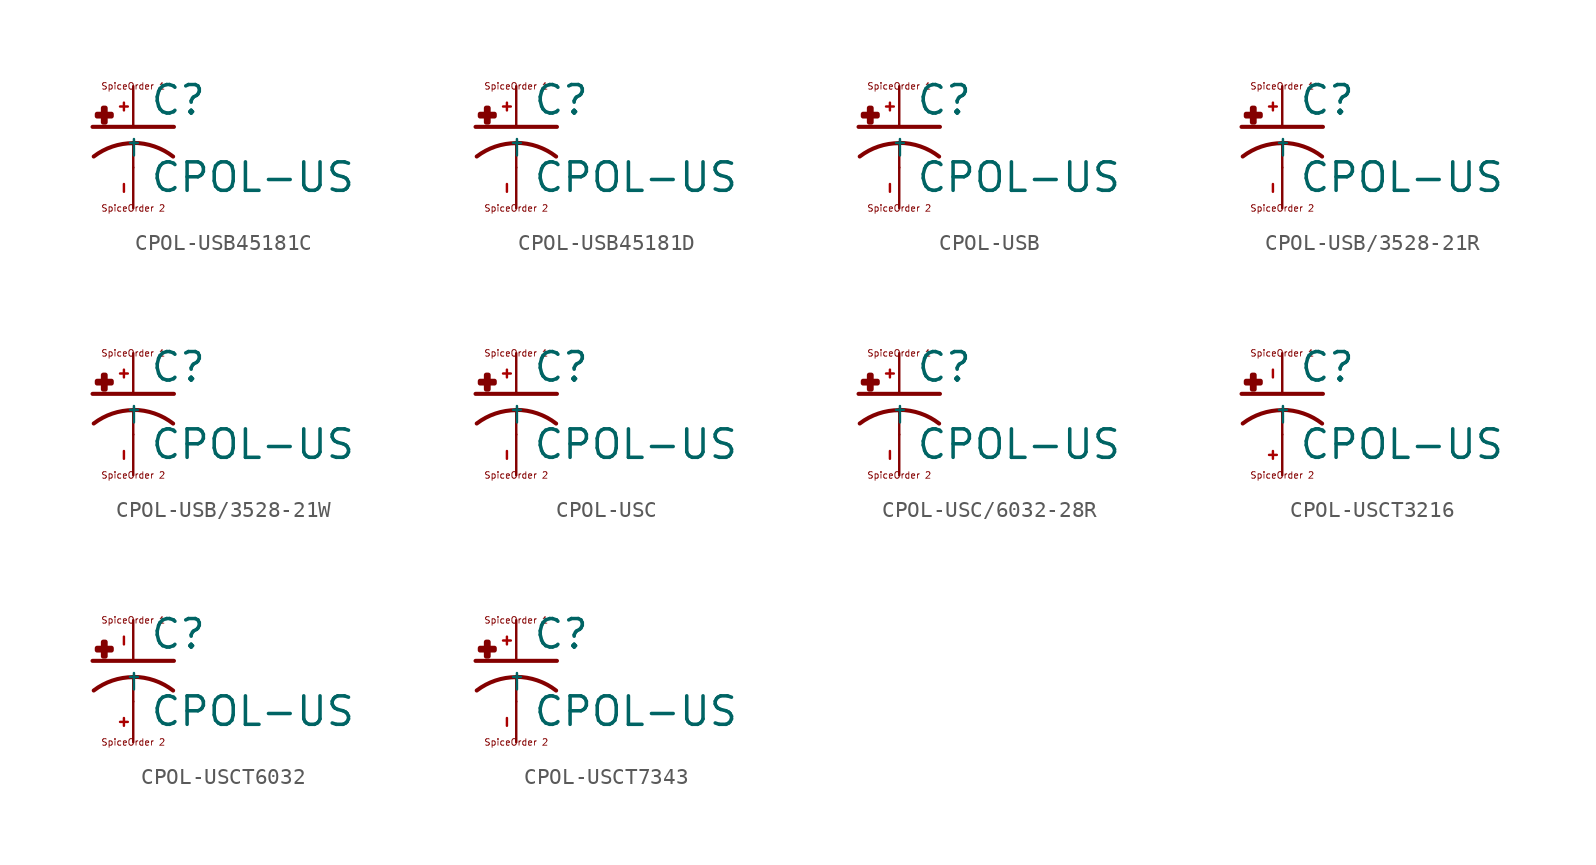
<source format=kicad_sym>
(kicad_symbol_lib
  (version 20220914)
  (generator Eagle2Kicad)
  (symbol "CPOL-USB45181C"
    (property "Reference" "C"
      (at 1.016 0.635 0)
      (effects (font (size 1.778 1.778) (thickness 0.22)) (justify left bottom)))
    (property "Value" "CPOL-US"
      (at 1.016 -4.191 0)
      (effects (font (size 1.778 1.778) (thickness 0.22)) (justify left bottom)))
    (polyline
      (pts (xy -2.54 0) (xy 2.54 0))
      (stroke (width 0.254) (type default))
      (fill (type none)))
    (polyline
      (pts (xy 0 -1.016) (xy 0 -2.54))
      (stroke (width 0.152) (type default))
      (fill (type none)))
    (arc
      (start 2.4892 -1.8542)
      (mid 1.316 -1.220)
      (end 0 -1)
      (stroke (width 0.254) (type default))
      (fill (type none)))
    (arc
      (start 0 -1.0161)
      (mid -1.302 -1.230)
      (end -2.4669 -1.8504)
      (stroke (width 0.254) (type default))
      (fill (type none)))
    (text "SpiceOrder 1"
      (at 0 2.54 0)
      (effects (font (size 0.406 0.406) (thickness 0.05))))
    (text "SpiceOrder 2"
      (at 0 -5.08 0)
      (effects (font (size 0.406 0.406) (thickness 0.05))))
    (rectangle
      (start -2.253 0.668)
      (end -1.364 0.795)
      (stroke (width 0.3) (type default))
      (fill (type outline)))
    (rectangle
      (start -1.872 0.287)
      (end -1.745 1.176)
      (stroke (width 0.3) (type default))
      (fill (type outline)))
    (pin passive line
      (at 0 2.54 270)
      (length 2.54)
      (name "+" (effects (font (size 0.635 0.635) (thickness 0.08)) (justify left bottom)))
      (number "+" (effects (font (size 0.635 0.635) (thickness 0.08)) (justify left bottom))))
    (pin passive line
      (at 0 -5.08 90)
      (length 2.54)
      (name "-" (effects (font (size 0.635 0.635) (thickness 0.08)) (justify left bottom)))
      (number "-" (effects (font (size 0.635 0.635) (thickness 0.08)) (justify left bottom)))))
  (symbol "CPOL-USB45181D"
    (property "Reference" "C"
      (at 1.016 0.635 0)
      (effects (font (size 1.778 1.778) (thickness 0.22)) (justify left bottom)))
    (property "Value" "CPOL-US"
      (at 1.016 -4.191 0)
      (effects (font (size 1.778 1.778) (thickness 0.22)) (justify left bottom)))
    (polyline
      (pts (xy -2.54 0) (xy 2.54 0))
      (stroke (width 0.254) (type default))
      (fill (type none)))
    (polyline
      (pts (xy 0 -1.016) (xy 0 -2.54))
      (stroke (width 0.152) (type default))
      (fill (type none)))
    (arc
      (start 2.4892 -1.8542)
      (mid 1.316 -1.220)
      (end 0 -1)
      (stroke (width 0.254) (type default))
      (fill (type none)))
    (arc
      (start 0 -1.0161)
      (mid -1.302 -1.230)
      (end -2.4669 -1.8504)
      (stroke (width 0.254) (type default))
      (fill (type none)))
    (text "SpiceOrder 1"
      (at 0 2.54 0)
      (effects (font (size 0.406 0.406) (thickness 0.05))))
    (text "SpiceOrder 2"
      (at 0 -5.08 0)
      (effects (font (size 0.406 0.406) (thickness 0.05))))
    (rectangle
      (start -2.253 0.668)
      (end -1.364 0.795)
      (stroke (width 0.3) (type default))
      (fill (type outline)))
    (rectangle
      (start -1.872 0.287)
      (end -1.745 1.176)
      (stroke (width 0.3) (type default))
      (fill (type outline)))
    (pin passive line
      (at 0 2.54 270)
      (length 2.54)
      (name "+" (effects (font (size 0.635 0.635) (thickness 0.08)) (justify left bottom)))
      (number "+" (effects (font (size 0.635 0.635) (thickness 0.08)) (justify left bottom))))
    (pin passive line
      (at 0 -5.08 90)
      (length 2.54)
      (name "-" (effects (font (size 0.635 0.635) (thickness 0.08)) (justify left bottom)))
      (number "-" (effects (font (size 0.635 0.635) (thickness 0.08)) (justify left bottom)))))
  (symbol "CPOL-USB"
    (property "Reference" "C"
      (at 1.016 0.635 0)
      (effects (font (size 1.778 1.778) (thickness 0.22)) (justify left bottom)))
    (property "Value" "CPOL-US"
      (at 1.016 -4.191 0)
      (effects (font (size 1.778 1.778) (thickness 0.22)) (justify left bottom)))
    (polyline
      (pts (xy -2.54 0) (xy 2.54 0))
      (stroke (width 0.254) (type default))
      (fill (type none)))
    (polyline
      (pts (xy 0 -1.016) (xy 0 -2.54))
      (stroke (width 0.152) (type default))
      (fill (type none)))
    (arc
      (start 2.4892 -1.8542)
      (mid 1.316 -1.220)
      (end 0 -1)
      (stroke (width 0.254) (type default))
      (fill (type none)))
    (arc
      (start 0 -1.0161)
      (mid -1.302 -1.230)
      (end -2.4669 -1.8504)
      (stroke (width 0.254) (type default))
      (fill (type none)))
    (text "SpiceOrder 1"
      (at 0 2.54 0)
      (effects (font (size 0.406 0.406) (thickness 0.05))))
    (text "SpiceOrder 2"
      (at 0 -5.08 0)
      (effects (font (size 0.406 0.406) (thickness 0.05))))
    (rectangle
      (start -2.253 0.668)
      (end -1.364 0.795)
      (stroke (width 0.3) (type default))
      (fill (type outline)))
    (rectangle
      (start -1.872 0.287)
      (end -1.745 1.176)
      (stroke (width 0.3) (type default))
      (fill (type outline)))
    (pin passive line
      (at 0 2.54 270)
      (length 2.54)
      (name "+" (effects (font (size 0.635 0.635) (thickness 0.08)) (justify left bottom)))
      (number "+" (effects (font (size 0.635 0.635) (thickness 0.08)) (justify left bottom))))
    (pin passive line
      (at 0 -5.08 90)
      (length 2.54)
      (name "-" (effects (font (size 0.635 0.635) (thickness 0.08)) (justify left bottom)))
      (number "-" (effects (font (size 0.635 0.635) (thickness 0.08)) (justify left bottom)))))
  (symbol "CPOL-USB/3528-21R"
    (property "Reference" "C"
      (at 1.016 0.635 0)
      (effects (font (size 1.778 1.778) (thickness 0.22)) (justify left bottom)))
    (property "Value" "CPOL-US"
      (at 1.016 -4.191 0)
      (effects (font (size 1.778 1.778) (thickness 0.22)) (justify left bottom)))
    (polyline
      (pts (xy -2.54 0) (xy 2.54 0))
      (stroke (width 0.254) (type default))
      (fill (type none)))
    (polyline
      (pts (xy 0 -1.016) (xy 0 -2.54))
      (stroke (width 0.152) (type default))
      (fill (type none)))
    (arc
      (start 2.4892 -1.8542)
      (mid 1.316 -1.220)
      (end 0 -1)
      (stroke (width 0.254) (type default))
      (fill (type none)))
    (arc
      (start 0 -1.0161)
      (mid -1.302 -1.230)
      (end -2.4669 -1.8504)
      (stroke (width 0.254) (type default))
      (fill (type none)))
    (text "SpiceOrder 1"
      (at 0 2.54 0)
      (effects (font (size 0.406 0.406) (thickness 0.05))))
    (text "SpiceOrder 2"
      (at 0 -5.08 0)
      (effects (font (size 0.406 0.406) (thickness 0.05))))
    (rectangle
      (start -2.253 0.668)
      (end -1.364 0.795)
      (stroke (width 0.3) (type default))
      (fill (type outline)))
    (rectangle
      (start -1.872 0.287)
      (end -1.745 1.176)
      (stroke (width 0.3) (type default))
      (fill (type outline)))
    (pin passive line
      (at 0 2.54 270)
      (length 2.54)
      (name "+" (effects (font (size 0.635 0.635) (thickness 0.08)) (justify left bottom)))
      (number "+" (effects (font (size 0.635 0.635) (thickness 0.08)) (justify left bottom))))
    (pin passive line
      (at 0 -5.08 90)
      (length 2.54)
      (name "-" (effects (font (size 0.635 0.635) (thickness 0.08)) (justify left bottom)))
      (number "-" (effects (font (size 0.635 0.635) (thickness 0.08)) (justify left bottom)))))
  (symbol "CPOL-USB/3528-21W"
    (property "Reference" "C"
      (at 1.016 0.635 0)
      (effects (font (size 1.778 1.778) (thickness 0.22)) (justify left bottom)))
    (property "Value" "CPOL-US"
      (at 1.016 -4.191 0)
      (effects (font (size 1.778 1.778) (thickness 0.22)) (justify left bottom)))
    (polyline
      (pts (xy -2.54 0) (xy 2.54 0))
      (stroke (width 0.254) (type default))
      (fill (type none)))
    (polyline
      (pts (xy 0 -1.016) (xy 0 -2.54))
      (stroke (width 0.152) (type default))
      (fill (type none)))
    (arc
      (start 2.4892 -1.8542)
      (mid 1.316 -1.220)
      (end 0 -1)
      (stroke (width 0.254) (type default))
      (fill (type none)))
    (arc
      (start 0 -1.0161)
      (mid -1.302 -1.230)
      (end -2.4669 -1.8504)
      (stroke (width 0.254) (type default))
      (fill (type none)))
    (text "SpiceOrder 1"
      (at 0 2.54 0)
      (effects (font (size 0.406 0.406) (thickness 0.05))))
    (text "SpiceOrder 2"
      (at 0 -5.08 0)
      (effects (font (size 0.406 0.406) (thickness 0.05))))
    (rectangle
      (start -2.253 0.668)
      (end -1.364 0.795)
      (stroke (width 0.3) (type default))
      (fill (type outline)))
    (rectangle
      (start -1.872 0.287)
      (end -1.745 1.176)
      (stroke (width 0.3) (type default))
      (fill (type outline)))
    (pin passive line
      (at 0 2.54 270)
      (length 2.54)
      (name "+" (effects (font (size 0.635 0.635) (thickness 0.08)) (justify left bottom)))
      (number "+" (effects (font (size 0.635 0.635) (thickness 0.08)) (justify left bottom))))
    (pin passive line
      (at 0 -5.08 90)
      (length 2.54)
      (name "-" (effects (font (size 0.635 0.635) (thickness 0.08)) (justify left bottom)))
      (number "-" (effects (font (size 0.635 0.635) (thickness 0.08)) (justify left bottom)))))
  (symbol "CPOL-USC"
    (property "Reference" "C"
      (at 1.016 0.635 0)
      (effects (font (size 1.778 1.778) (thickness 0.22)) (justify left bottom)))
    (property "Value" "CPOL-US"
      (at 1.016 -4.191 0)
      (effects (font (size 1.778 1.778) (thickness 0.22)) (justify left bottom)))
    (polyline
      (pts (xy -2.54 0) (xy 2.54 0))
      (stroke (width 0.254) (type default))
      (fill (type none)))
    (polyline
      (pts (xy 0 -1.016) (xy 0 -2.54))
      (stroke (width 0.152) (type default))
      (fill (type none)))
    (arc
      (start 2.4892 -1.8542)
      (mid 1.316 -1.220)
      (end 0 -1)
      (stroke (width 0.254) (type default))
      (fill (type none)))
    (arc
      (start 0 -1.0161)
      (mid -1.302 -1.230)
      (end -2.4669 -1.8504)
      (stroke (width 0.254) (type default))
      (fill (type none)))
    (text "SpiceOrder 1"
      (at 0 2.54 0)
      (effects (font (size 0.406 0.406) (thickness 0.05))))
    (text "SpiceOrder 2"
      (at 0 -5.08 0)
      (effects (font (size 0.406 0.406) (thickness 0.05))))
    (rectangle
      (start -2.253 0.668)
      (end -1.364 0.795)
      (stroke (width 0.3) (type default))
      (fill (type outline)))
    (rectangle
      (start -1.872 0.287)
      (end -1.745 1.176)
      (stroke (width 0.3) (type default))
      (fill (type outline)))
    (pin passive line
      (at 0 2.54 270)
      (length 2.54)
      (name "+" (effects (font (size 0.635 0.635) (thickness 0.08)) (justify left bottom)))
      (number "+" (effects (font (size 0.635 0.635) (thickness 0.08)) (justify left bottom))))
    (pin passive line
      (at 0 -5.08 90)
      (length 2.54)
      (name "-" (effects (font (size 0.635 0.635) (thickness 0.08)) (justify left bottom)))
      (number "-" (effects (font (size 0.635 0.635) (thickness 0.08)) (justify left bottom)))))
  (symbol "CPOL-USC/6032-28R"
    (property "Reference" "C"
      (at 1.016 0.635 0)
      (effects (font (size 1.778 1.778) (thickness 0.22)) (justify left bottom)))
    (property "Value" "CPOL-US"
      (at 1.016 -4.191 0)
      (effects (font (size 1.778 1.778) (thickness 0.22)) (justify left bottom)))
    (polyline
      (pts (xy -2.54 0) (xy 2.54 0))
      (stroke (width 0.254) (type default))
      (fill (type none)))
    (polyline
      (pts (xy 0 -1.016) (xy 0 -2.54))
      (stroke (width 0.152) (type default))
      (fill (type none)))
    (arc
      (start 2.4892 -1.8542)
      (mid 1.316 -1.220)
      (end 0 -1)
      (stroke (width 0.254) (type default))
      (fill (type none)))
    (arc
      (start 0 -1.0161)
      (mid -1.302 -1.230)
      (end -2.4669 -1.8504)
      (stroke (width 0.254) (type default))
      (fill (type none)))
    (text "SpiceOrder 1"
      (at 0 2.54 0)
      (effects (font (size 0.406 0.406) (thickness 0.05))))
    (text "SpiceOrder 2"
      (at 0 -5.08 0)
      (effects (font (size 0.406 0.406) (thickness 0.05))))
    (rectangle
      (start -2.253 0.668)
      (end -1.364 0.795)
      (stroke (width 0.3) (type default))
      (fill (type outline)))
    (rectangle
      (start -1.872 0.287)
      (end -1.745 1.176)
      (stroke (width 0.3) (type default))
      (fill (type outline)))
    (pin passive line
      (at 0 2.54 270)
      (length 2.54)
      (name "+" (effects (font (size 0.635 0.635) (thickness 0.08)) (justify left bottom)))
      (number "+" (effects (font (size 0.635 0.635) (thickness 0.08)) (justify left bottom))))
    (pin passive line
      (at 0 -5.08 90)
      (length 2.54)
      (name "-" (effects (font (size 0.635 0.635) (thickness 0.08)) (justify left bottom)))
      (number "-" (effects (font (size 0.635 0.635) (thickness 0.08)) (justify left bottom)))))
  (symbol "CPOL-USCT3216"
    (property "Reference" "C"
      (at 1.016 0.635 0)
      (effects (font (size 1.778 1.778) (thickness 0.22)) (justify left bottom)))
    (property "Value" "CPOL-US"
      (at 1.016 -4.191 0)
      (effects (font (size 1.778 1.778) (thickness 0.22)) (justify left bottom)))
    (polyline
      (pts (xy -2.54 0) (xy 2.54 0))
      (stroke (width 0.254) (type default))
      (fill (type none)))
    (polyline
      (pts (xy 0 -1.016) (xy 0 -2.54))
      (stroke (width 0.152) (type default))
      (fill (type none)))
    (arc
      (start 2.4892 -1.8542)
      (mid 1.316 -1.220)
      (end 0 -1)
      (stroke (width 0.254) (type default))
      (fill (type none)))
    (arc
      (start 0 -1.0161)
      (mid -1.302 -1.230)
      (end -2.4669 -1.8504)
      (stroke (width 0.254) (type default))
      (fill (type none)))
    (text "SpiceOrder 1"
      (at 0 2.54 0)
      (effects (font (size 0.406 0.406) (thickness 0.05))))
    (text "SpiceOrder 2"
      (at 0 -5.08 0)
      (effects (font (size 0.406 0.406) (thickness 0.05))))
    (rectangle
      (start -2.253 0.668)
      (end -1.364 0.795)
      (stroke (width 0.3) (type default))
      (fill (type outline)))
    (rectangle
      (start -1.872 0.287)
      (end -1.745 1.176)
      (stroke (width 0.3) (type default))
      (fill (type outline)))
    (pin passive line
      (at 0 2.54 270)
      (length 2.54)
      (name "+" (effects (font (size 0.635 0.635) (thickness 0.08)) (justify left bottom)))
      (number "-" (effects (font (size 0.635 0.635) (thickness 0.08)) (justify left bottom))))
    (pin passive line
      (at 0 -5.08 90)
      (length 2.54)
      (name "-" (effects (font (size 0.635 0.635) (thickness 0.08)) (justify left bottom)))
      (number "+" (effects (font (size 0.635 0.635) (thickness 0.08)) (justify left bottom)))))
  (symbol "CPOL-USCT6032"
    (property "Reference" "C"
      (at 1.016 0.635 0)
      (effects (font (size 1.778 1.778) (thickness 0.22)) (justify left bottom)))
    (property "Value" "CPOL-US"
      (at 1.016 -4.191 0)
      (effects (font (size 1.778 1.778) (thickness 0.22)) (justify left bottom)))
    (polyline
      (pts (xy -2.54 0) (xy 2.54 0))
      (stroke (width 0.254) (type default))
      (fill (type none)))
    (polyline
      (pts (xy 0 -1.016) (xy 0 -2.54))
      (stroke (width 0.152) (type default))
      (fill (type none)))
    (arc
      (start 2.4892 -1.8542)
      (mid 1.316 -1.220)
      (end 0 -1)
      (stroke (width 0.254) (type default))
      (fill (type none)))
    (arc
      (start 0 -1.0161)
      (mid -1.302 -1.230)
      (end -2.4669 -1.8504)
      (stroke (width 0.254) (type default))
      (fill (type none)))
    (text "SpiceOrder 1"
      (at 0 2.54 0)
      (effects (font (size 0.406 0.406) (thickness 0.05))))
    (text "SpiceOrder 2"
      (at 0 -5.08 0)
      (effects (font (size 0.406 0.406) (thickness 0.05))))
    (rectangle
      (start -2.253 0.668)
      (end -1.364 0.795)
      (stroke (width 0.3) (type default))
      (fill (type outline)))
    (rectangle
      (start -1.872 0.287)
      (end -1.745 1.176)
      (stroke (width 0.3) (type default))
      (fill (type outline)))
    (pin passive line
      (at 0 2.54 270)
      (length 2.54)
      (name "+" (effects (font (size 0.635 0.635) (thickness 0.08)) (justify left bottom)))
      (number "-" (effects (font (size 0.635 0.635) (thickness 0.08)) (justify left bottom))))
    (pin passive line
      (at 0 -5.08 90)
      (length 2.54)
      (name "-" (effects (font (size 0.635 0.635) (thickness 0.08)) (justify left bottom)))
      (number "+" (effects (font (size 0.635 0.635) (thickness 0.08)) (justify left bottom)))))
  (symbol "CPOL-USCT7343"
    (property "Reference" "C"
      (at 1.016 0.635 0)
      (effects (font (size 1.778 1.778) (thickness 0.22)) (justify left bottom)))
    (property "Value" "CPOL-US"
      (at 1.016 -4.191 0)
      (effects (font (size 1.778 1.778) (thickness 0.22)) (justify left bottom)))
    (polyline
      (pts (xy -2.54 0) (xy 2.54 0))
      (stroke (width 0.254) (type default))
      (fill (type none)))
    (polyline
      (pts (xy 0 -1.016) (xy 0 -2.54))
      (stroke (width 0.152) (type default))
      (fill (type none)))
    (arc
      (start 2.4892 -1.8542)
      (mid 1.316 -1.220)
      (end 0 -1)
      (stroke (width 0.254) (type default))
      (fill (type none)))
    (arc
      (start 0 -1.0161)
      (mid -1.302 -1.230)
      (end -2.4669 -1.8504)
      (stroke (width 0.254) (type default))
      (fill (type none)))
    (text "SpiceOrder 1"
      (at 0 2.54 0)
      (effects (font (size 0.406 0.406) (thickness 0.05))))
    (text "SpiceOrder 2"
      (at 0 -5.08 0)
      (effects (font (size 0.406 0.406) (thickness 0.05))))
    (rectangle
      (start -2.253 0.668)
      (end -1.364 0.795)
      (stroke (width 0.3) (type default))
      (fill (type outline)))
    (rectangle
      (start -1.872 0.287)
      (end -1.745 1.176)
      (stroke (width 0.3) (type default))
      (fill (type outline)))
    (pin passive line
      (at 0 2.54 270)
      (length 2.54)
      (name "+" (effects (font (size 0.635 0.635) (thickness 0.08)) (justify left bottom)))
      (number "+" (effects (font (size 0.635 0.635) (thickness 0.08)) (justify left bottom))))
    (pin passive line
      (at 0 -5.08 90)
      (length 2.54)
      (name "-" (effects (font (size 0.635 0.635) (thickness 0.08)) (justify left bottom)))
      (number "-" (effects (font (size 0.635 0.635) (thickness 0.08)) (justify left bottom))))))
</source>
